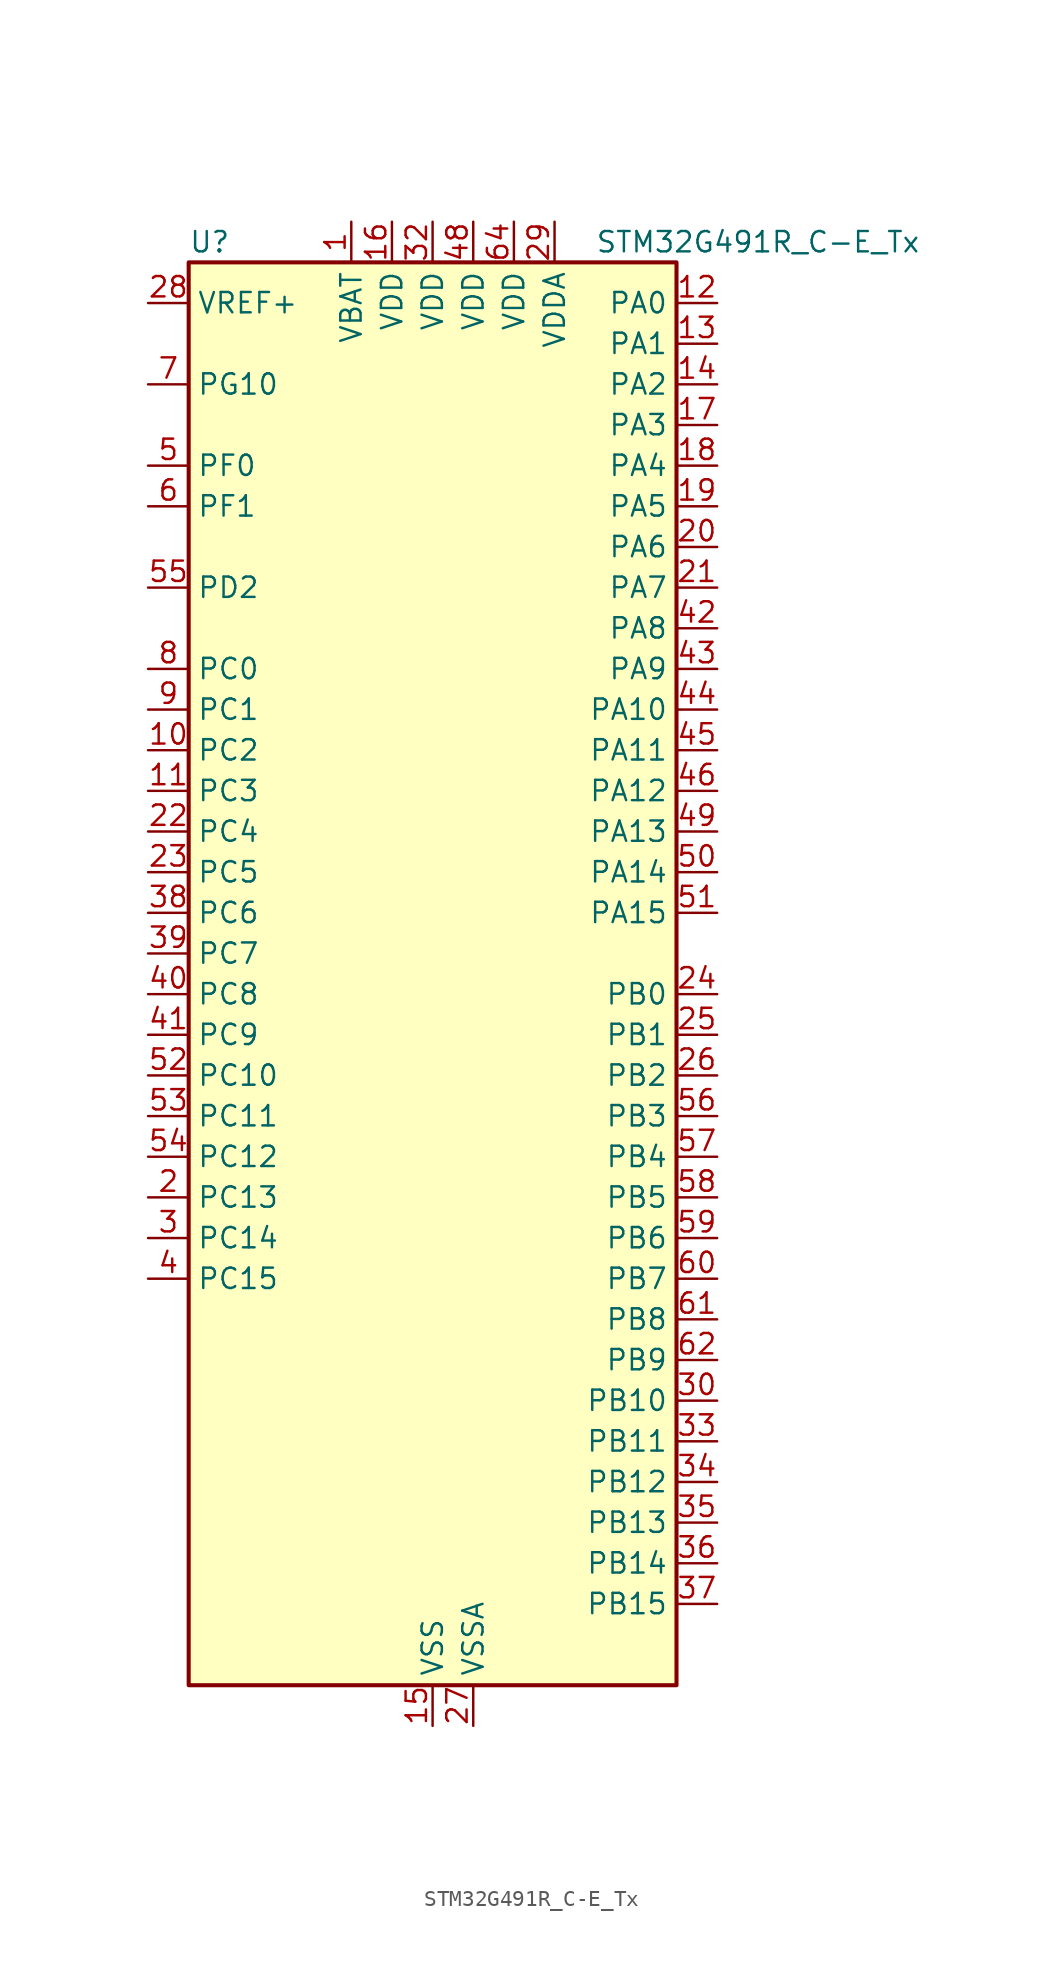
<source format=kicad_sym>
(kicad_symbol_lib
  (version 20220914)
  (generator kicad_symbol_editor)
  (symbol "STM32G491R_C-E_Tx"
    (property "Reference" "U"
      (at -15.24 46.99 0)
      (effects (font (size 1.27 1.27)) (justify left)))
    (property "Value" "STM32G491R_C-E_Tx"
      (at 10.16 46.99 0)
      (effects (font (size 1.27 1.27)) (justify left)))
    (property "ki_locked" ""
      (at 0 0 0)
      (effects (font (size 1.27 1.27))))
    (symbol "STM32G491R_C-E_Tx_0_1"
      (rectangle (start -15.24 -43.18) (end 15.24 45.72) (stroke (width 0.254) (type default)) (fill (type background))))
    (symbol "STM32G491R_C-E_Tx_1_1"
      (pin power_in line (at -5.08 48.26 270) (length 2.54) (name "VBAT" (effects (font (size 1.27 1.27)))) (number "1" (effects (font (size 1.27 1.27)))))
      (pin bidirectional line (at -17.78 15.24 0) (length 2.54) (name "PC2" (effects (font (size 1.27 1.27)))) (number "10" (effects (font (size 1.27 1.27)))) (alternate "ADC1_IN8" bidirectional line) (alternate "ADC2_IN8" bidirectional line) (alternate "ADC3_EXTI2" bidirectional line) (alternate "COMP3_OUT" bidirectional line) (alternate "LPTIM1_IN2" bidirectional line) (alternate "QUADSPI1_BK2_IO1" bidirectional line) (alternate "TIM1_CH3" bidirectional line) (alternate "TIM20_CH2" bidirectional line))
      (pin bidirectional line (at -17.78 12.7 0) (length 2.54) (name "PC3" (effects (font (size 1.27 1.27)))) (number "11" (effects (font (size 1.27 1.27)))) (alternate "ADC1_IN9" bidirectional line) (alternate "ADC2_IN9" bidirectional line) (alternate "ADC3_EXTI3" bidirectional line) (alternate "LPTIM1_ETR" bidirectional line) (alternate "QUADSPI1_BK2_IO2" bidirectional line) (alternate "SAI1_D1" bidirectional line) (alternate "SAI1_SD_A" bidirectional line) (alternate "TIM1_BKIN2" bidirectional line) (alternate "TIM1_CH4" bidirectional line))
      (pin bidirectional line (at 17.78 43.18 180) (length 2.54) (name "PA0" (effects (font (size 1.27 1.27)))) (number "12" (effects (font (size 1.27 1.27)))) (alternate "ADC1_IN1" bidirectional line) (alternate "ADC2_IN1" bidirectional line) (alternate "COMP1_INM" bidirectional line) (alternate "COMP1_OUT" bidirectional line) (alternate "COMP3_INP" bidirectional line) (alternate "RTC_TAMP2" bidirectional line) (alternate "SYS_WKUP1" bidirectional line) (alternate "TIM2_CH1" bidirectional line) (alternate "TIM2_ETR" bidirectional line) (alternate "TIM8_BKIN" bidirectional line) (alternate "TIM8_ETR" bidirectional line) (alternate "USART2_CTS" bidirectional line) (alternate "USART2_NSS" bidirectional line))
      (pin bidirectional line (at 17.78 40.64 180) (length 2.54) (name "PA1" (effects (font (size 1.27 1.27)))) (number "13" (effects (font (size 1.27 1.27)))) (alternate "ADC1_IN2" bidirectional line) (alternate "ADC2_IN2" bidirectional line) (alternate "COMP1_INP" bidirectional line) (alternate "OPAMP1_VINP" bidirectional line) (alternate "OPAMP1_VINP_SEC" bidirectional line) (alternate "OPAMP3_VINP" bidirectional line) (alternate "OPAMP3_VINP_SEC" bidirectional line) (alternate "OPAMP6_VINM" bidirectional line) (alternate "OPAMP6_VINM0" bidirectional line) (alternate "OPAMP6_VINM_SEC" bidirectional line) (alternate "RTC_REFIN" bidirectional line) (alternate "TIM15_CH1N" bidirectional line) (alternate "TIM2_CH2" bidirectional line) (alternate "USART2_DE" bidirectional line) (alternate "USART2_RTS" bidirectional line))
      (pin bidirectional line (at 17.78 38.1 180) (length 2.54) (name "PA2" (effects (font (size 1.27 1.27)))) (number "14" (effects (font (size 1.27 1.27)))) (alternate "ADC1_IN3" bidirectional line) (alternate "ADC3_EXTI2" bidirectional line) (alternate "COMP2_INM" bidirectional line) (alternate "COMP2_OUT" bidirectional line) (alternate "LPUART1_TX" bidirectional line) (alternate "OPAMP1_VOUT" bidirectional line) (alternate "QUADSPI1_BK1_NCS" bidirectional line) (alternate "RCC_LSCO" bidirectional line) (alternate "SYS_WKUP4" bidirectional line) (alternate "TIM15_CH1" bidirectional line) (alternate "TIM2_CH3" bidirectional line) (alternate "UCPD1_FRSTX1" bidirectional line) (alternate "UCPD1_FRSTX2" bidirectional line) (alternate "USART2_TX" bidirectional line))
      (pin power_in line (at 0 -45.72 90) (length 2.54) (name "VSS" (effects (font (size 1.27 1.27)))) (number "15" (effects (font (size 1.27 1.27)))))
      (pin power_in line (at -2.54 48.26 270) (length 2.54) (name "VDD" (effects (font (size 1.27 1.27)))) (number "16" (effects (font (size 1.27 1.27)))))
      (pin bidirectional line (at 17.78 35.56 180) (length 2.54) (name "PA3" (effects (font (size 1.27 1.27)))) (number "17" (effects (font (size 1.27 1.27)))) (alternate "ADC1_IN4" bidirectional line) (alternate "ADC3_EXTI3" bidirectional line) (alternate "COMP2_INP" bidirectional line) (alternate "LPUART1_RX" bidirectional line) (alternate "OPAMP1_VINM" bidirectional line) (alternate "OPAMP1_VINM0" bidirectional line) (alternate "OPAMP1_VINM_SEC" bidirectional line) (alternate "OPAMP1_VINP" bidirectional line) (alternate "OPAMP1_VINP_SEC" bidirectional line) (alternate "QUADSPI1_CLK" bidirectional line) (alternate "SAI1_CK1" bidirectional line) (alternate "SAI1_MCLK_A" bidirectional line) (alternate "TIM15_CH2" bidirectional line) (alternate "TIM2_CH4" bidirectional line) (alternate "USART2_RX" bidirectional line))
      (pin bidirectional line (at 17.78 33.02 180) (length 2.54) (name "PA4" (effects (font (size 1.27 1.27)))) (number "18" (effects (font (size 1.27 1.27)))) (alternate "ADC2_IN17" bidirectional line) (alternate "COMP1_INM" bidirectional line) (alternate "DAC1_OUT1" bidirectional line) (alternate "I2S3_WS" bidirectional line) (alternate "SAI1_FS_B" bidirectional line) (alternate "SPI1_NSS" bidirectional line) (alternate "SPI3_NSS" bidirectional line) (alternate "TIM3_CH2" bidirectional line) (alternate "USART2_CK" bidirectional line))
      (pin bidirectional line (at 17.78 30.48 180) (length 2.54) (name "PA5" (effects (font (size 1.27 1.27)))) (number "19" (effects (font (size 1.27 1.27)))) (alternate "ADC2_IN13" bidirectional line) (alternate "COMP2_INM" bidirectional line) (alternate "DAC1_OUT2" bidirectional line) (alternate "OPAMP2_VINM" bidirectional line) (alternate "OPAMP2_VINM0" bidirectional line) (alternate "OPAMP2_VINM_SEC" bidirectional line) (alternate "SPI1_SCK" bidirectional line) (alternate "TIM2_CH1" bidirectional line) (alternate "TIM2_ETR" bidirectional line) (alternate "UCPD1_FRSTX1" bidirectional line) (alternate "UCPD1_FRSTX2" bidirectional line))
      (pin bidirectional line (at -17.78 -12.7 0) (length 2.54) (name "PC13" (effects (font (size 1.27 1.27)))) (number "2" (effects (font (size 1.27 1.27)))) (alternate "RTC_OUT1" bidirectional line) (alternate "RTC_TAMP1" bidirectional line) (alternate "RTC_TS" bidirectional line) (alternate "SYS_WKUP2" bidirectional line) (alternate "TIM1_BKIN" bidirectional line) (alternate "TIM1_CH1N" bidirectional line) (alternate "TIM8_CH4N" bidirectional line))
      (pin bidirectional line (at 17.78 27.94 180) (length 2.54) (name "PA6" (effects (font (size 1.27 1.27)))) (number "20" (effects (font (size 1.27 1.27)))) (alternate "ADC2_IN3" bidirectional line) (alternate "COMP1_OUT" bidirectional line) (alternate "LPUART1_CTS" bidirectional line) (alternate "OPAMP2_VOUT" bidirectional line) (alternate "QUADSPI1_BK1_IO3" bidirectional line) (alternate "SPI1_MISO" bidirectional line) (alternate "TIM16_CH1" bidirectional line) (alternate "TIM1_BKIN" bidirectional line) (alternate "TIM3_CH1" bidirectional line) (alternate "TIM8_BKIN" bidirectional line))
      (pin bidirectional line (at 17.78 25.4 180) (length 2.54) (name "PA7" (effects (font (size 1.27 1.27)))) (number "21" (effects (font (size 1.27 1.27)))) (alternate "ADC2_IN4" bidirectional line) (alternate "COMP2_INP" bidirectional line) (alternate "COMP2_OUT" bidirectional line) (alternate "OPAMP1_VINP" bidirectional line) (alternate "OPAMP1_VINP_SEC" bidirectional line) (alternate "OPAMP2_VINP" bidirectional line) (alternate "OPAMP2_VINP_SEC" bidirectional line) (alternate "QUADSPI1_BK1_IO2" bidirectional line) (alternate "SPI1_MOSI" bidirectional line) (alternate "TIM17_CH1" bidirectional line) (alternate "TIM1_CH1N" bidirectional line) (alternate "TIM3_CH2" bidirectional line) (alternate "TIM8_CH1N" bidirectional line) (alternate "UCPD1_FRSTX1" bidirectional line) (alternate "UCPD1_FRSTX2" bidirectional line))
      (pin bidirectional line (at -17.78 10.16 0) (length 2.54) (name "PC4" (effects (font (size 1.27 1.27)))) (number "22" (effects (font (size 1.27 1.27)))) (alternate "ADC2_IN5" bidirectional line) (alternate "I2C2_SCL" bidirectional line) (alternate "QUADSPI1_BK2_IO3" bidirectional line) (alternate "TIM1_ETR" bidirectional line) (alternate "USART1_TX" bidirectional line))
      (pin bidirectional line (at -17.78 7.62 0) (length 2.54) (name "PC5" (effects (font (size 1.27 1.27)))) (number "23" (effects (font (size 1.27 1.27)))) (alternate "ADC2_IN11" bidirectional line) (alternate "OPAMP1_VINM" bidirectional line) (alternate "OPAMP1_VINM1" bidirectional line) (alternate "OPAMP1_VINM_SEC" bidirectional line) (alternate "OPAMP2_VINM" bidirectional line) (alternate "OPAMP2_VINM1" bidirectional line) (alternate "OPAMP2_VINM_SEC" bidirectional line) (alternate "SAI1_D3" bidirectional line) (alternate "SYS_WKUP5" bidirectional line) (alternate "TIM15_BKIN" bidirectional line) (alternate "TIM1_CH4N" bidirectional line) (alternate "USART1_RX" bidirectional line))
      (pin bidirectional line (at 17.78 0 180) (length 2.54) (name "PB0" (effects (font (size 1.27 1.27)))) (number "24" (effects (font (size 1.27 1.27)))) (alternate "ADC1_IN15" bidirectional line) (alternate "ADC3_IN12" bidirectional line) (alternate "COMP4_INP" bidirectional line) (alternate "OPAMP2_VINP" bidirectional line) (alternate "OPAMP2_VINP_SEC" bidirectional line) (alternate "OPAMP3_VINP" bidirectional line) (alternate "OPAMP3_VINP_SEC" bidirectional line) (alternate "QUADSPI1_BK1_IO1" bidirectional line) (alternate "TIM1_CH2N" bidirectional line) (alternate "TIM3_CH3" bidirectional line) (alternate "TIM8_CH2N" bidirectional line) (alternate "UCPD1_FRSTX1" bidirectional line) (alternate "UCPD1_FRSTX2" bidirectional line))
      (pin bidirectional line (at 17.78 -2.54 180) (length 2.54) (name "PB1" (effects (font (size 1.27 1.27)))) (number "25" (effects (font (size 1.27 1.27)))) (alternate "ADC1_IN12" bidirectional line) (alternate "ADC3_IN1" bidirectional line) (alternate "COMP1_INP" bidirectional line) (alternate "COMP4_OUT" bidirectional line) (alternate "LPUART1_DE" bidirectional line) (alternate "LPUART1_RTS" bidirectional line) (alternate "OPAMP3_VOUT" bidirectional line) (alternate "OPAMP6_VINM" bidirectional line) (alternate "OPAMP6_VINM1" bidirectional line) (alternate "OPAMP6_VINM_SEC" bidirectional line) (alternate "QUADSPI1_BK1_IO0" bidirectional line) (alternate "TIM1_CH3N" bidirectional line) (alternate "TIM3_CH4" bidirectional line) (alternate "TIM8_CH3N" bidirectional line))
      (pin bidirectional line (at 17.78 -5.08 180) (length 2.54) (name "PB2" (effects (font (size 1.27 1.27)))) (number "26" (effects (font (size 1.27 1.27)))) (alternate "ADC2_IN12" bidirectional line) (alternate "ADC3_EXTI2" bidirectional line) (alternate "COMP4_INM" bidirectional line) (alternate "I2C3_SMBA" bidirectional line) (alternate "LPTIM1_OUT" bidirectional line) (alternate "OPAMP3_VINM" bidirectional line) (alternate "OPAMP3_VINM0" bidirectional line) (alternate "OPAMP3_VINM_SEC" bidirectional line) (alternate "QUADSPI1_BK2_IO1" bidirectional line) (alternate "RTC_OUT2" bidirectional line) (alternate "TIM20_CH1" bidirectional line))
      (pin power_in line (at 2.54 -45.72 90) (length 2.54) (name "VSSA" (effects (font (size 1.27 1.27)))) (number "27" (effects (font (size 1.27 1.27)))))
      (pin input line (at -17.78 43.18 0) (length 2.54) (name "VREF+" (effects (font (size 1.27 1.27)))) (number "28" (effects (font (size 1.27 1.27)))) (alternate "VREFBUF_OUT" bidirectional line))
      (pin power_in line (at 7.62 48.26 270) (length 2.54) (name "VDDA" (effects (font (size 1.27 1.27)))) (number "29" (effects (font (size 1.27 1.27)))))
      (pin bidirectional line (at -17.78 -15.24 0) (length 2.54) (name "PC14" (effects (font (size 1.27 1.27)))) (number "3" (effects (font (size 1.27 1.27)))) (alternate "RCC_OSC32_IN" bidirectional line))
      (pin bidirectional line (at 17.78 -25.4 180) (length 2.54) (name "PB10" (effects (font (size 1.27 1.27)))) (number "30" (effects (font (size 1.27 1.27)))) (alternate "DAC1_EXTI10" bidirectional line) (alternate "DAC3_EXTI10" bidirectional line) (alternate "LPUART1_RX" bidirectional line) (alternate "OPAMP3_VINM" bidirectional line) (alternate "OPAMP3_VINM1" bidirectional line) (alternate "OPAMP3_VINM_SEC" bidirectional line) (alternate "QUADSPI1_CLK" bidirectional line) (alternate "SAI1_SCK_A" bidirectional line) (alternate "TIM1_BKIN" bidirectional line) (alternate "TIM2_CH3" bidirectional line) (alternate "USART3_TX" bidirectional line))
      (pin passive line (at 0 -45.72 90) (length 2.54) hide (name "VSS" (effects (font (size 1.27 1.27)))) (number "31" (effects (font (size 1.27 1.27)))))
      (pin power_in line (at 0 48.26 270) (length 2.54) (name "VDD" (effects (font (size 1.27 1.27)))) (number "32" (effects (font (size 1.27 1.27)))))
      (pin bidirectional line (at 17.78 -27.94 180) (length 2.54) (name "PB11" (effects (font (size 1.27 1.27)))) (number "33" (effects (font (size 1.27 1.27)))) (alternate "ADC1_EXTI11" bidirectional line) (alternate "ADC1_IN14" bidirectional line) (alternate "ADC2_EXTI11" bidirectional line) (alternate "ADC2_IN14" bidirectional line) (alternate "LPUART1_TX" bidirectional line) (alternate "OPAMP6_VOUT" bidirectional line) (alternate "QUADSPI1_BK1_NCS" bidirectional line) (alternate "TIM2_CH4" bidirectional line) (alternate "USART3_RX" bidirectional line))
      (pin bidirectional line (at 17.78 -30.48 180) (length 2.54) (name "PB12" (effects (font (size 1.27 1.27)))) (number "34" (effects (font (size 1.27 1.27)))) (alternate "ADC1_IN11" bidirectional line) (alternate "FDCAN2_RX" bidirectional line) (alternate "I2C2_SMBA" bidirectional line) (alternate "I2S2_WS" bidirectional line) (alternate "LPUART1_DE" bidirectional line) (alternate "LPUART1_RTS" bidirectional line) (alternate "OPAMP6_VINP" bidirectional line) (alternate "OPAMP6_VINP_SEC" bidirectional line) (alternate "SPI2_NSS" bidirectional line) (alternate "TIM1_BKIN" bidirectional line) (alternate "USART3_CK" bidirectional line))
      (pin bidirectional line (at 17.78 -33.02 180) (length 2.54) (name "PB13" (effects (font (size 1.27 1.27)))) (number "35" (effects (font (size 1.27 1.27)))) (alternate "ADC3_IN5" bidirectional line) (alternate "FDCAN2_TX" bidirectional line) (alternate "I2S2_CK" bidirectional line) (alternate "LPUART1_CTS" bidirectional line) (alternate "OPAMP3_VINP" bidirectional line) (alternate "OPAMP3_VINP_SEC" bidirectional line) (alternate "OPAMP6_VINP" bidirectional line) (alternate "OPAMP6_VINP_SEC" bidirectional line) (alternate "SPI2_SCK" bidirectional line) (alternate "TIM1_CH1N" bidirectional line) (alternate "USART3_CTS" bidirectional line) (alternate "USART3_NSS" bidirectional line))
      (pin bidirectional line (at 17.78 -35.56 180) (length 2.54) (name "PB14" (effects (font (size 1.27 1.27)))) (number "36" (effects (font (size 1.27 1.27)))) (alternate "ADC1_IN5" bidirectional line) (alternate "COMP4_OUT" bidirectional line) (alternate "OPAMP2_VINP" bidirectional line) (alternate "OPAMP2_VINP_SEC" bidirectional line) (alternate "SPI2_MISO" bidirectional line) (alternate "TIM15_CH1" bidirectional line) (alternate "TIM1_CH2N" bidirectional line) (alternate "USART3_DE" bidirectional line) (alternate "USART3_RTS" bidirectional line))
      (pin bidirectional line (at 17.78 -38.1 180) (length 2.54) (name "PB15" (effects (font (size 1.27 1.27)))) (number "37" (effects (font (size 1.27 1.27)))) (alternate "ADC1_EXTI15" bidirectional line) (alternate "ADC2_EXTI15" bidirectional line) (alternate "ADC2_IN15" bidirectional line) (alternate "COMP3_OUT" bidirectional line) (alternate "I2S2_SD" bidirectional line) (alternate "RTC_REFIN" bidirectional line) (alternate "SPI2_MOSI" bidirectional line) (alternate "TIM15_CH1N" bidirectional line) (alternate "TIM15_CH2" bidirectional line) (alternate "TIM1_CH3N" bidirectional line))
      (pin bidirectional line (at -17.78 5.08 0) (length 2.54) (name "PC6" (effects (font (size 1.27 1.27)))) (number "38" (effects (font (size 1.27 1.27)))) (alternate "I2S2_MCK" bidirectional line) (alternate "TIM3_CH1" bidirectional line) (alternate "TIM8_CH1" bidirectional line))
      (pin bidirectional line (at -17.78 2.54 0) (length 2.54) (name "PC7" (effects (font (size 1.27 1.27)))) (number "39" (effects (font (size 1.27 1.27)))) (alternate "I2S3_MCK" bidirectional line) (alternate "TIM3_CH2" bidirectional line) (alternate "TIM8_CH2" bidirectional line))
      (pin bidirectional line (at -17.78 -17.78 0) (length 2.54) (name "PC15" (effects (font (size 1.27 1.27)))) (number "4" (effects (font (size 1.27 1.27)))) (alternate "ADC1_EXTI15" bidirectional line) (alternate "ADC2_EXTI15" bidirectional line) (alternate "RCC_OSC32_OUT" bidirectional line))
      (pin bidirectional line (at -17.78 0 0) (length 2.54) (name "PC8" (effects (font (size 1.27 1.27)))) (number "40" (effects (font (size 1.27 1.27)))) (alternate "I2C3_SCL" bidirectional line) (alternate "TIM20_CH3" bidirectional line) (alternate "TIM3_CH3" bidirectional line) (alternate "TIM8_CH3" bidirectional line))
      (pin bidirectional line (at -17.78 -2.54 0) (length 2.54) (name "PC9" (effects (font (size 1.27 1.27)))) (number "41" (effects (font (size 1.27 1.27)))) (alternate "DAC1_EXTI9" bidirectional line) (alternate "DAC3_EXTI9" bidirectional line) (alternate "I2C3_SDA" bidirectional line) (alternate "I2S_CKIN" bidirectional line) (alternate "TIM3_CH4" bidirectional line) (alternate "TIM8_BKIN2" bidirectional line) (alternate "TIM8_CH4" bidirectional line))
      (pin bidirectional line (at 17.78 22.86 180) (length 2.54) (name "PA8" (effects (font (size 1.27 1.27)))) (number "42" (effects (font (size 1.27 1.27)))) (alternate "I2C2_SDA" bidirectional line) (alternate "I2C3_SCL" bidirectional line) (alternate "I2S2_MCK" bidirectional line) (alternate "RCC_MCO" bidirectional line) (alternate "SAI1_CK2" bidirectional line) (alternate "SAI1_SCK_A" bidirectional line) (alternate "TIM1_CH1" bidirectional line) (alternate "TIM4_ETR" bidirectional line) (alternate "USART1_CK" bidirectional line))
      (pin bidirectional line (at 17.78 20.32 180) (length 2.54) (name "PA9" (effects (font (size 1.27 1.27)))) (number "43" (effects (font (size 1.27 1.27)))) (alternate "DAC1_EXTI9" bidirectional line) (alternate "DAC3_EXTI9" bidirectional line) (alternate "I2C2_SCL" bidirectional line) (alternate "I2C3_SMBA" bidirectional line) (alternate "I2S3_MCK" bidirectional line) (alternate "SAI1_FS_A" bidirectional line) (alternate "TIM15_BKIN" bidirectional line) (alternate "TIM1_CH2" bidirectional line) (alternate "TIM2_CH3" bidirectional line) (alternate "UCPD1_DBCC1" bidirectional line) (alternate "USART1_TX" bidirectional line))
      (pin bidirectional line (at 17.78 17.78 180) (length 2.54) (name "PA10" (effects (font (size 1.27 1.27)))) (number "44" (effects (font (size 1.27 1.27)))) (alternate "CRS_SYNC" bidirectional line) (alternate "DAC1_EXTI10" bidirectional line) (alternate "DAC3_EXTI10" bidirectional line) (alternate "I2C2_SMBA" bidirectional line) (alternate "SAI1_D1" bidirectional line) (alternate "SAI1_SD_A" bidirectional line) (alternate "SPI2_MISO" bidirectional line) (alternate "TIM17_BKIN" bidirectional line) (alternate "TIM1_CH3" bidirectional line) (alternate "TIM2_CH4" bidirectional line) (alternate "TIM8_BKIN" bidirectional line) (alternate "UCPD1_DBCC2" bidirectional line) (alternate "USART1_RX" bidirectional line))
      (pin bidirectional line (at 17.78 15.24 180) (length 2.54) (name "PA11" (effects (font (size 1.27 1.27)))) (number "45" (effects (font (size 1.27 1.27)))) (alternate "ADC1_EXTI11" bidirectional line) (alternate "ADC2_EXTI11" bidirectional line) (alternate "COMP1_OUT" bidirectional line) (alternate "FDCAN1_RX" bidirectional line) (alternate "I2S2_SD" bidirectional line) (alternate "SPI2_MOSI" bidirectional line) (alternate "TIM1_BKIN2" bidirectional line) (alternate "TIM1_CH1N" bidirectional line) (alternate "TIM1_CH4" bidirectional line) (alternate "TIM4_CH1" bidirectional line) (alternate "USART1_CTS" bidirectional line) (alternate "USART1_NSS" bidirectional line) (alternate "USB_DM" bidirectional line))
      (pin bidirectional line (at 17.78 12.7 180) (length 2.54) (name "PA12" (effects (font (size 1.27 1.27)))) (number "46" (effects (font (size 1.27 1.27)))) (alternate "COMP2_OUT" bidirectional line) (alternate "FDCAN1_TX" bidirectional line) (alternate "I2S_CKIN" bidirectional line) (alternate "TIM16_CH1" bidirectional line) (alternate "TIM1_CH2N" bidirectional line) (alternate "TIM1_ETR" bidirectional line) (alternate "TIM4_CH2" bidirectional line) (alternate "USART1_DE" bidirectional line) (alternate "USART1_RTS" bidirectional line) (alternate "USB_DP" bidirectional line))
      (pin passive line (at 0 -45.72 90) (length 2.54) hide (name "VSS" (effects (font (size 1.27 1.27)))) (number "47" (effects (font (size 1.27 1.27)))))
      (pin power_in line (at 2.54 48.26 270) (length 2.54) (name "VDD" (effects (font (size 1.27 1.27)))) (number "48" (effects (font (size 1.27 1.27)))))
      (pin bidirectional line (at 17.78 10.16 180) (length 2.54) (name "PA13" (effects (font (size 1.27 1.27)))) (number "49" (effects (font (size 1.27 1.27)))) (alternate "I2C1_SCL" bidirectional line) (alternate "IR_OUT" bidirectional line) (alternate "SAI1_SD_B" bidirectional line) (alternate "SYS_JTMS-SWDIO" bidirectional line) (alternate "TIM16_CH1N" bidirectional line) (alternate "TIM4_CH3" bidirectional line) (alternate "USART3_CTS" bidirectional line) (alternate "USART3_NSS" bidirectional line))
      (pin bidirectional line (at -17.78 33.02 0) (length 2.54) (name "PF0" (effects (font (size 1.27 1.27)))) (number "5" (effects (font (size 1.27 1.27)))) (alternate "ADC1_IN10" bidirectional line) (alternate "I2C2_SDA" bidirectional line) (alternate "I2S2_WS" bidirectional line) (alternate "RCC_OSC_IN" bidirectional line) (alternate "SPI2_NSS" bidirectional line) (alternate "TIM1_CH3N" bidirectional line))
      (pin bidirectional line (at 17.78 7.62 180) (length 2.54) (name "PA14" (effects (font (size 1.27 1.27)))) (number "50" (effects (font (size 1.27 1.27)))) (alternate "I2C1_SDA" bidirectional line) (alternate "LPTIM1_OUT" bidirectional line) (alternate "SAI1_FS_B" bidirectional line) (alternate "SYS_JTCK-SWCLK" bidirectional line) (alternate "TIM1_BKIN" bidirectional line) (alternate "TIM8_CH2" bidirectional line) (alternate "USART2_TX" bidirectional line))
      (pin bidirectional line (at 17.78 5.08 180) (length 2.54) (name "PA15" (effects (font (size 1.27 1.27)))) (number "51" (effects (font (size 1.27 1.27)))) (alternate "ADC1_EXTI15" bidirectional line) (alternate "ADC2_EXTI15" bidirectional line) (alternate "I2C1_SCL" bidirectional line) (alternate "I2S3_WS" bidirectional line) (alternate "SPI1_NSS" bidirectional line) (alternate "SPI3_NSS" bidirectional line) (alternate "SYS_JTDI" bidirectional line) (alternate "TIM1_BKIN" bidirectional line) (alternate "TIM20_ETR" bidirectional line) (alternate "TIM2_CH1" bidirectional line) (alternate "TIM2_ETR" bidirectional line) (alternate "TIM8_CH1" bidirectional line) (alternate "UART4_DE" bidirectional line) (alternate "UART4_RTS" bidirectional line) (alternate "USART2_RX" bidirectional line))
      (pin bidirectional line (at -17.78 -5.08 0) (length 2.54) (name "PC10" (effects (font (size 1.27 1.27)))) (number "52" (effects (font (size 1.27 1.27)))) (alternate "DAC1_EXTI10" bidirectional line) (alternate "DAC3_EXTI10" bidirectional line) (alternate "I2S3_CK" bidirectional line) (alternate "SPI3_SCK" bidirectional line) (alternate "TIM8_CH1N" bidirectional line) (alternate "UART4_TX" bidirectional line) (alternate "USART3_TX" bidirectional line))
      (pin bidirectional line (at -17.78 -7.62 0) (length 2.54) (name "PC11" (effects (font (size 1.27 1.27)))) (number "53" (effects (font (size 1.27 1.27)))) (alternate "ADC1_EXTI11" bidirectional line) (alternate "ADC2_EXTI11" bidirectional line) (alternate "I2C3_SDA" bidirectional line) (alternate "SPI3_MISO" bidirectional line) (alternate "TIM8_CH2N" bidirectional line) (alternate "UART4_RX" bidirectional line) (alternate "USART3_RX" bidirectional line))
      (pin bidirectional line (at -17.78 -10.16 0) (length 2.54) (name "PC12" (effects (font (size 1.27 1.27)))) (number "54" (effects (font (size 1.27 1.27)))) (alternate "I2S3_SD" bidirectional line) (alternate "SPI3_MOSI" bidirectional line) (alternate "TIM8_CH3N" bidirectional line) (alternate "UART5_TX" bidirectional line) (alternate "UCPD1_FRSTX1" bidirectional line) (alternate "UCPD1_FRSTX2" bidirectional line) (alternate "USART3_CK" bidirectional line))
      (pin bidirectional line (at -17.78 25.4 0) (length 2.54) (name "PD2" (effects (font (size 1.27 1.27)))) (number "55" (effects (font (size 1.27 1.27)))) (alternate "ADC3_EXTI2" bidirectional line) (alternate "TIM3_ETR" bidirectional line) (alternate "TIM8_BKIN" bidirectional line) (alternate "UART5_RX" bidirectional line))
      (pin bidirectional line (at 17.78 -7.62 180) (length 2.54) (name "PB3" (effects (font (size 1.27 1.27)))) (number "56" (effects (font (size 1.27 1.27)))) (alternate "ADC3_EXTI3" bidirectional line) (alternate "CRS_SYNC" bidirectional line) (alternate "I2S3_CK" bidirectional line) (alternate "SAI1_SCK_B" bidirectional line) (alternate "SPI1_SCK" bidirectional line) (alternate "SPI3_SCK" bidirectional line) (alternate "SYS_JTDO-SWO" bidirectional line) (alternate "TIM2_CH2" bidirectional line) (alternate "TIM3_ETR" bidirectional line) (alternate "TIM4_ETR" bidirectional line) (alternate "TIM8_CH1N" bidirectional line) (alternate "USART2_TX" bidirectional line))
      (pin bidirectional line (at 17.78 -10.16 180) (length 2.54) (name "PB4" (effects (font (size 1.27 1.27)))) (number "57" (effects (font (size 1.27 1.27)))) (alternate "SAI1_MCLK_B" bidirectional line) (alternate "SPI1_MISO" bidirectional line) (alternate "SPI3_MISO" bidirectional line) (alternate "SYS_JTRST" bidirectional line) (alternate "TIM16_CH1" bidirectional line) (alternate "TIM17_BKIN" bidirectional line) (alternate "TIM3_CH1" bidirectional line) (alternate "TIM8_CH2N" bidirectional line) (alternate "UART5_DE" bidirectional line) (alternate "UART5_RTS" bidirectional line) (alternate "UCPD1_CC2" bidirectional line) (alternate "USART2_RX" bidirectional line))
      (pin bidirectional line (at 17.78 -12.7 180) (length 2.54) (name "PB5" (effects (font (size 1.27 1.27)))) (number "58" (effects (font (size 1.27 1.27)))) (alternate "FDCAN2_RX" bidirectional line) (alternate "I2C1_SMBA" bidirectional line) (alternate "I2C3_SDA" bidirectional line) (alternate "I2S3_SD" bidirectional line) (alternate "LPTIM1_IN1" bidirectional line) (alternate "SAI1_SD_B" bidirectional line) (alternate "SPI1_MOSI" bidirectional line) (alternate "SPI3_MOSI" bidirectional line) (alternate "TIM16_BKIN" bidirectional line) (alternate "TIM17_CH1" bidirectional line) (alternate "TIM3_CH2" bidirectional line) (alternate "TIM8_CH3N" bidirectional line) (alternate "UART5_CTS" bidirectional line) (alternate "USART2_CK" bidirectional line))
      (pin bidirectional line (at 17.78 -15.24 180) (length 2.54) (name "PB6" (effects (font (size 1.27 1.27)))) (number "59" (effects (font (size 1.27 1.27)))) (alternate "COMP4_OUT" bidirectional line) (alternate "FDCAN2_TX" bidirectional line) (alternate "LPTIM1_ETR" bidirectional line) (alternate "SAI1_FS_B" bidirectional line) (alternate "TIM16_CH1N" bidirectional line) (alternate "TIM4_CH1" bidirectional line) (alternate "TIM8_BKIN2" bidirectional line) (alternate "TIM8_CH1" bidirectional line) (alternate "TIM8_ETR" bidirectional line) (alternate "UCPD1_CC1" bidirectional line) (alternate "USART1_TX" bidirectional line))
      (pin bidirectional line (at -17.78 30.48 0) (length 2.54) (name "PF1" (effects (font (size 1.27 1.27)))) (number "6" (effects (font (size 1.27 1.27)))) (alternate "ADC2_IN10" bidirectional line) (alternate "COMP3_INM" bidirectional line) (alternate "I2S2_CK" bidirectional line) (alternate "RCC_OSC_OUT" bidirectional line) (alternate "SPI2_SCK" bidirectional line))
      (pin bidirectional line (at 17.78 -17.78 180) (length 2.54) (name "PB7" (effects (font (size 1.27 1.27)))) (number "60" (effects (font (size 1.27 1.27)))) (alternate "COMP3_OUT" bidirectional line) (alternate "I2C1_SDA" bidirectional line) (alternate "LPTIM1_IN2" bidirectional line) (alternate "SYS_PVD_IN" bidirectional line) (alternate "TIM17_CH1N" bidirectional line) (alternate "TIM3_CH4" bidirectional line) (alternate "TIM4_CH2" bidirectional line) (alternate "TIM8_BKIN" bidirectional line) (alternate "UART4_CTS" bidirectional line) (alternate "USART1_RX" bidirectional line))
      (pin bidirectional line (at 17.78 -20.32 180) (length 2.54) (name "PB8" (effects (font (size 1.27 1.27)))) (number "61" (effects (font (size 1.27 1.27)))) (alternate "COMP1_OUT" bidirectional line) (alternate "FDCAN1_RX" bidirectional line) (alternate "I2C1_SCL" bidirectional line) (alternate "SAI1_CK1" bidirectional line) (alternate "SAI1_MCLK_A" bidirectional line) (alternate "TIM16_CH1" bidirectional line) (alternate "TIM1_BKIN" bidirectional line) (alternate "TIM4_CH3" bidirectional line) (alternate "TIM8_CH2" bidirectional line) (alternate "USART3_RX" bidirectional line))
      (pin bidirectional line (at 17.78 -22.86 180) (length 2.54) (name "PB9" (effects (font (size 1.27 1.27)))) (number "62" (effects (font (size 1.27 1.27)))) (alternate "COMP2_OUT" bidirectional line) (alternate "DAC1_EXTI9" bidirectional line) (alternate "DAC3_EXTI9" bidirectional line) (alternate "FDCAN1_TX" bidirectional line) (alternate "I2C1_SDA" bidirectional line) (alternate "IR_OUT" bidirectional line) (alternate "SAI1_D2" bidirectional line) (alternate "SAI1_FS_A" bidirectional line) (alternate "TIM17_CH1" bidirectional line) (alternate "TIM1_CH3N" bidirectional line) (alternate "TIM4_CH4" bidirectional line) (alternate "TIM8_CH3" bidirectional line) (alternate "USART3_TX" bidirectional line))
      (pin passive line (at 0 -45.72 90) (length 2.54) hide (name "VSS" (effects (font (size 1.27 1.27)))) (number "63" (effects (font (size 1.27 1.27)))))
      (pin power_in line (at 5.08 48.26 270) (length 2.54) (name "VDD" (effects (font (size 1.27 1.27)))) (number "64" (effects (font (size 1.27 1.27)))))
      (pin bidirectional line (at -17.78 38.1 0) (length 2.54) (name "PG10" (effects (font (size 1.27 1.27)))) (number "7" (effects (font (size 1.27 1.27)))) (alternate "DAC1_EXTI10" bidirectional line) (alternate "DAC3_EXTI10" bidirectional line) (alternate "RCC_MCO" bidirectional line))
      (pin bidirectional line (at -17.78 20.32 0) (length 2.54) (name "PC0" (effects (font (size 1.27 1.27)))) (number "8" (effects (font (size 1.27 1.27)))) (alternate "ADC1_IN6" bidirectional line) (alternate "ADC2_IN6" bidirectional line) (alternate "COMP3_INM" bidirectional line) (alternate "LPTIM1_IN1" bidirectional line) (alternate "LPUART1_RX" bidirectional line) (alternate "TIM1_CH1" bidirectional line))
      (pin bidirectional line (at -17.78 17.78 0) (length 2.54) (name "PC1" (effects (font (size 1.27 1.27)))) (number "9" (effects (font (size 1.27 1.27)))) (alternate "ADC1_IN7" bidirectional line) (alternate "ADC2_IN7" bidirectional line) (alternate "COMP3_INP" bidirectional line) (alternate "LPTIM1_OUT" bidirectional line) (alternate "LPUART1_TX" bidirectional line) (alternate "QUADSPI1_BK2_IO0" bidirectional line) (alternate "SAI1_SD_A" bidirectional line) (alternate "TIM1_CH2" bidirectional line)))))
</source>
